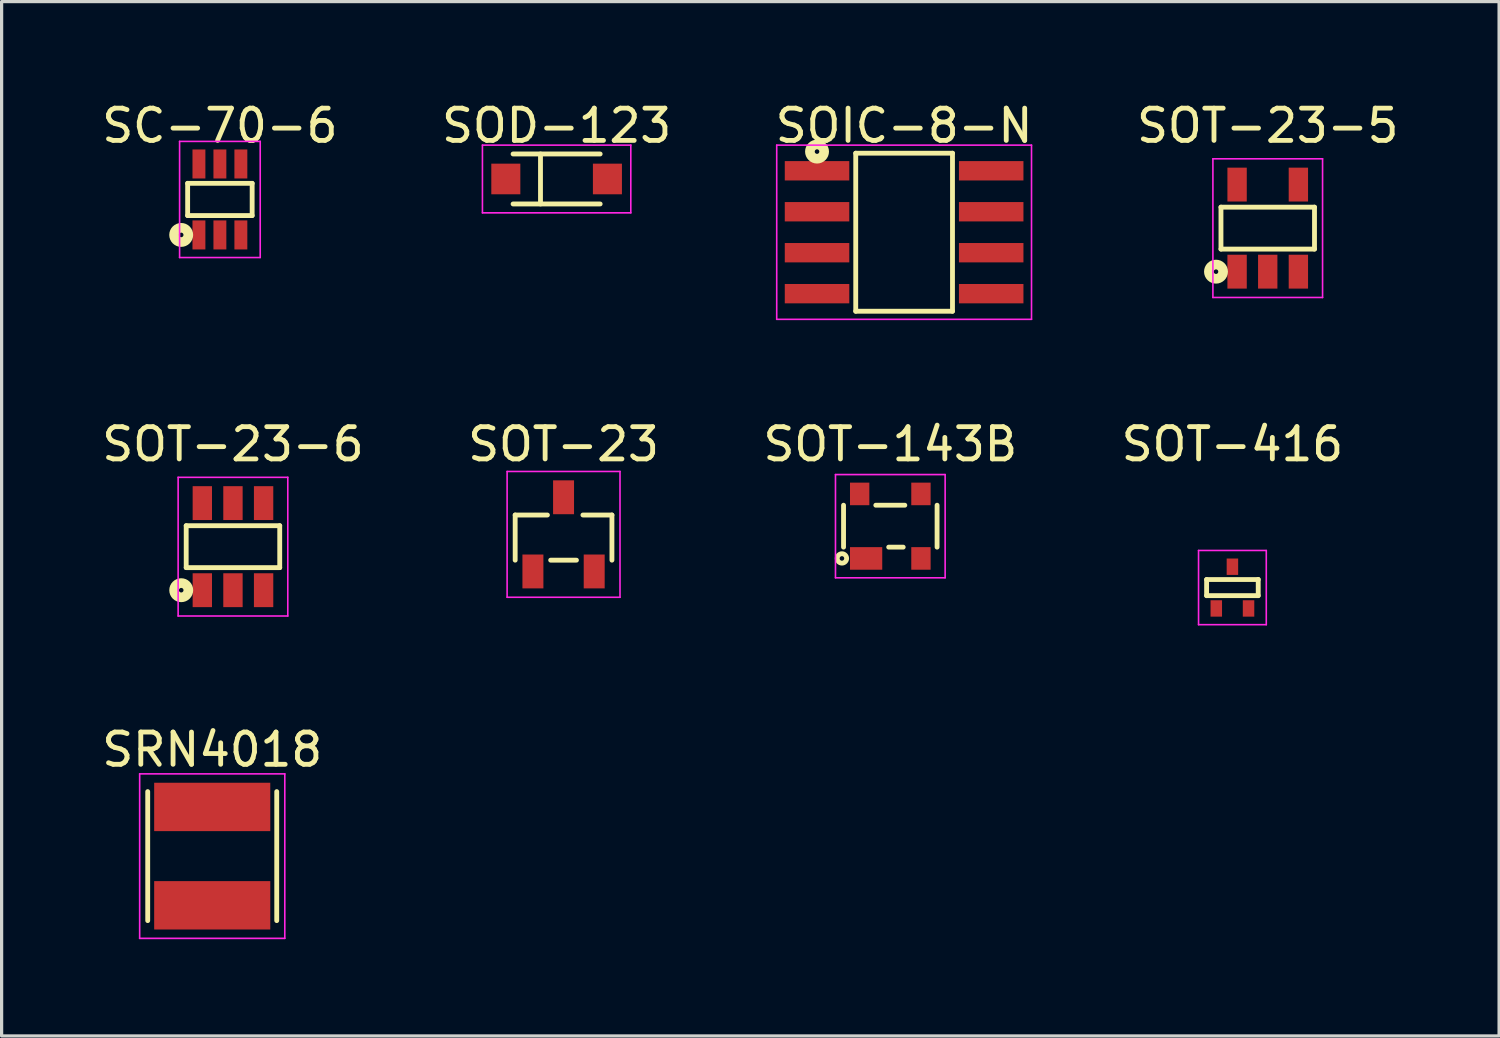
<source format=kicad_pcb>
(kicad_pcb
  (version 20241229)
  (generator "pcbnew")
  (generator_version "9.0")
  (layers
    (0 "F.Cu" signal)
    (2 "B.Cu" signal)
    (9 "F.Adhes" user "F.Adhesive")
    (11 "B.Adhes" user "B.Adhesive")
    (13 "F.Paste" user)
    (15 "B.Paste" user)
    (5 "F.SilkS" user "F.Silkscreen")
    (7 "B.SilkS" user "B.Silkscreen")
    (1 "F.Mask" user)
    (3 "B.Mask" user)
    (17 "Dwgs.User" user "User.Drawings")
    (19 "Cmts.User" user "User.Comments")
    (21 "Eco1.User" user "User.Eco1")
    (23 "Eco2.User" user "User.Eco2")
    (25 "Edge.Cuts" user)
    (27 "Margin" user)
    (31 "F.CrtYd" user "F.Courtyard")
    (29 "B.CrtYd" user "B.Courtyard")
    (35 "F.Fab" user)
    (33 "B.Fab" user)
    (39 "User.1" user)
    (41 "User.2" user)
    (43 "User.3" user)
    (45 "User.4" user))
  (footprint "SOIC-8-N"
    (layer "F.Cu")
    (at 24.982 4.15)
    (property "Reference" "SOIC-8-N" (at 0 -3.302 0) (layer "F.SilkS") (effects (font (size 1 1) (thickness 0.15))))
    (attr smd)
    (fp_line (start -1.5 -2.45) (end -1.5 2.45) (stroke (width 0.15) (type solid)) (layer "F.SilkS"))
    (fp_line (start -1.5 2.45) (end 1.5 2.45) (stroke (width 0.15) (type solid)) (layer "F.SilkS"))
    (fp_line (start 1.5 -2.45) (end -1.5 -2.45) (stroke (width 0.15) (type solid)) (layer "F.SilkS"))
    (fp_line (start 1.5 2.45) (end 1.5 -2.45) (stroke (width 0.15) (type solid)) (layer "F.SilkS"))
    (fp_circle (center -2.7 -2.5) (end -2.75 -2.55) (stroke (width 0.3) (type solid)) (fill no) (layer "F.SilkS"))
    (fp_line (start -3.95 -2.7) (end 3.95 -2.7) (stroke (width 0.05) (type solid)) (layer "F.CrtYd"))
    (fp_line (start -3.95 2.7) (end -3.95 -2.7) (stroke (width 0.05) (type solid)) (layer "F.CrtYd"))
    (fp_line (start 3.95 -2.7) (end 3.95 2.7) (stroke (width 0.05) (type solid)) (layer "F.CrtYd"))
    (fp_line (start 3.95 2.7) (end -3.95 2.7) (stroke (width 0.05) (type solid)) (layer "F.CrtYd"))
    (pad "1" smd rect (at -2.7 -1.905) (size 2 0.6) (layers "F.Cu" "F.Mask" "F.Paste"))
    (pad "2" smd rect (at -2.7 -0.635) (size 2 0.6) (layers "F.Cu" "F.Mask" "F.Paste"))
    (pad "3" smd rect (at -2.7 0.635) (size 2 0.6) (layers "F.Cu" "F.Mask" "F.Paste"))
    (pad "4" smd rect (at -2.7 1.905) (size 2 0.6) (layers "F.Cu" "F.Mask" "F.Paste"))
    (pad "5" smd rect (at 2.7 1.905) (size 2 0.6) (layers "F.Cu" "F.Mask" "F.Paste"))
    (pad "6" smd rect (at 2.7 0.635) (size 2 0.6) (layers "F.Cu" "F.Mask" "F.Paste"))
    (pad "7" smd rect (at 2.7 -0.635) (size 2 0.6) (layers "F.Cu" "F.Mask" "F.Paste"))
    (pad "8" smd rect (at 2.7 -1.905) (size 2 0.6) (layers "F.Cu" "F.Mask" "F.Paste")))
  (footprint "SOT-23-5"
    (layer "F.Cu")
    (at 36.256 4.023)
    (property "Reference" "SOT-23-5" (at 0 -3.175 0) (layer "F.SilkS") (effects (font (size 1 1) (thickness 0.15))))
    (attr through_hole)
    (fp_line (start -1.45 -0.65) (end 1.45 -0.65) (stroke (width 0.15) (type solid)) (layer "F.SilkS"))
    (fp_line (start -1.45 0.65) (end -1.45 -0.65) (stroke (width 0.15) (type solid)) (layer "F.SilkS"))
    (fp_line (start 1.45 -0.65) (end 1.45 0.65) (stroke (width 0.15) (type solid)) (layer "F.SilkS"))
    (fp_line (start 1.45 0.65) (end -1.45 0.65) (stroke (width 0.15) (type solid)) (layer "F.SilkS"))
    (fp_circle (center -1.604 1.35) (end -1.654 1.4) (stroke (width 0.3) (type solid)) (fill no) (layer "F.SilkS"))
    (fp_line (start -1.7 -2.15) (end -1.7 2.15) (stroke (width 0.05) (type solid)) (layer "F.CrtYd"))
    (fp_line (start -1.7 2.15) (end 1.7 2.15) (stroke (width 0.05) (type solid)) (layer "F.CrtYd"))
    (fp_line (start 1.7 -2.15) (end -1.7 -2.15) (stroke (width 0.05) (type solid)) (layer "F.CrtYd"))
    (fp_line (start 1.7 2.15) (end 1.7 -2.15) (stroke (width 0.05) (type solid)) (layer "F.CrtYd"))
    (pad "1" smd rect (at -0.95 1.35) (size 0.6 1.05) (layers "F.Cu" "F.Mask" "F.Paste"))
    (pad "2" smd rect (at 0 1.35) (size 0.6 1.05) (layers "F.Cu" "F.Mask" "F.Paste"))
    (pad "3" smd rect (at 0.95 1.35) (size 0.6 1.05) (layers "F.Cu" "F.Mask" "F.Paste"))
    (pad "4" smd rect (at 0.95 -1.35) (size 0.6 1.05) (layers "F.Cu" "F.Mask" "F.Paste"))
    (pad "5" smd rect (at -0.95 -1.35) (size 0.6 1.05) (layers "F.Cu" "F.Mask" "F.Paste")))
  (footprint "SOD-123"
    (layer "F.Cu")
    (at 14.208 2.499)
    (property "Reference" "SOD-123" (at 0 -1.651 0) (layer "F.SilkS") (effects (font (size 1 1) (thickness 0.15))))
    (attr smd)
    (fp_line (start -1.35 -0.775) (end 1.35 -0.775) (stroke (width 0.15) (type solid)) (layer "F.SilkS"))
    (fp_line (start -1.35 0.775) (end 1.35 0.775) (stroke (width 0.15) (type solid)) (layer "F.SilkS"))
    (fp_line (start -0.5 -0.775) (end -0.5 0.775) (stroke (width 0.15) (type solid)) (layer "F.SilkS"))
    (fp_line (start -2.3 -1.05) (end -2.3 1.05) (stroke (width 0.05) (type solid)) (layer "F.CrtYd"))
    (fp_line (start -2.3 1.05) (end 2.3 1.05) (stroke (width 0.05) (type solid)) (layer "F.CrtYd"))
    (fp_line (start 2.3 -1.05) (end -2.3 -1.05) (stroke (width 0.05) (type solid)) (layer "F.CrtYd"))
    (fp_line (start 2.3 1.05) (end 2.3 -1.05) (stroke (width 0.05) (type solid)) (layer "F.CrtYd"))
    (pad "1" smd rect (at -1.575 0) (size 0.9 0.95) (layers "F.Cu" "F.Mask" "F.Paste"))
    (pad "2" smd rect (at 1.575 0) (size 0.9 0.95) (layers "F.Cu" "F.Mask" "F.Paste")))
  (footprint "SOT-23-6"
    (layer "F.Cu")
    (at 4.173 13.899)
    (property "Reference" "SOT-23-6" (at 0 -3.175 0) (layer "F.SilkS") (effects (font (size 1 1) (thickness 0.15))))
    (attr through_hole)
    (fp_line (start -1.45 -0.65) (end 1.45 -0.65) (stroke (width 0.15) (type solid)) (layer "F.SilkS"))
    (fp_line (start -1.45 0.65) (end -1.45 -0.65) (stroke (width 0.15) (type solid)) (layer "F.SilkS"))
    (fp_line (start 1.45 -0.65) (end 1.45 0.65) (stroke (width 0.15) (type solid)) (layer "F.SilkS"))
    (fp_line (start 1.45 0.65) (end -1.45 0.65) (stroke (width 0.15) (type solid)) (layer "F.SilkS"))
    (fp_circle (center -1.604 1.35) (end -1.654 1.4) (stroke (width 0.3) (type solid)) (fill no) (layer "F.SilkS"))
    (fp_line (start -1.7 -2.15) (end -1.7 2.15) (stroke (width 0.05) (type solid)) (layer "F.CrtYd"))
    (fp_line (start -1.7 2.15) (end 1.7 2.15) (stroke (width 0.05) (type solid)) (layer "F.CrtYd"))
    (fp_line (start 1.7 -2.15) (end -1.7 -2.15) (stroke (width 0.05) (type solid)) (layer "F.CrtYd"))
    (fp_line (start 1.7 2.15) (end 1.7 -2.15) (stroke (width 0.05) (type solid)) (layer "F.CrtYd"))
    (pad "1" smd rect (at -0.95 1.35) (size 0.6 1.05) (layers "F.Cu" "F.Mask" "F.Paste"))
    (pad "2" smd rect (at 0 1.35) (size 0.6 1.05) (layers "F.Cu" "F.Mask" "F.Paste"))
    (pad "3" smd rect (at 0.95 1.35) (size 0.6 1.05) (layers "F.Cu" "F.Mask" "F.Paste"))
    (pad "4" smd rect (at 0.95 -1.35) (size 0.6 1.05) (layers "F.Cu" "F.Mask" "F.Paste"))
    (pad "5" smd rect (at 0 -1.35) (size 0.6 1.05) (layers "F.Cu" "F.Mask" "F.Paste"))
    (pad "6" smd rect (at -0.95 -1.35) (size 0.6 1.05) (layers "F.Cu" "F.Mask" "F.Paste")))
  (footprint "SOT-143B"
    (layer "F.Cu")
    (at 24.554 13.264)
    (property "Reference" "SOT-143B" (at 0 -2.54 0) (layer "F.SilkS") (effects (font (size 1 1) (thickness 0.15))))
    (attr through_hole)
    (fp_line (start -1.45 -0.65) (end -1.45 0.65) (stroke (width 0.15) (type solid)) (layer "F.SilkS"))
    (fp_line (start -0.45 -0.65) (end 0.45 -0.65) (stroke (width 0.15) (type solid)) (layer "F.SilkS"))
    (fp_line (start -0.05 0.65) (end 0.4 0.65) (stroke (width 0.15) (type solid)) (layer "F.SilkS"))
    (fp_line (start 1.45 -0.65) (end 1.45 0.65) (stroke (width 0.15) (type solid)) (layer "F.SilkS"))
    (fp_circle (center -1.5 1) (end -1.55 1.05) (stroke (width 0.15) (type solid)) (fill no) (layer "F.SilkS"))
    (fp_line (start -1.7 -1.6) (end -1.7 1.6) (stroke (width 0.05) (type solid)) (layer "F.CrtYd"))
    (fp_line (start -1.7 1.6) (end 1.7 1.6) (stroke (width 0.05) (type solid)) (layer "F.CrtYd"))
    (fp_line (start 1.7 -1.6) (end -1.7 -1.6) (stroke (width 0.05) (type solid)) (layer "F.CrtYd"))
    (fp_line (start 1.7 1.6) (end 1.7 -1.6) (stroke (width 0.05) (type solid)) (layer "F.CrtYd"))
    (pad "1" smd rect (at -0.75 1) (size 1 0.7) (layers "F.Cu" "F.Mask" "F.Paste"))
    (pad "2" smd rect (at 0.95 1) (size 0.6 0.7) (layers "F.Cu" "F.Mask" "F.Paste"))
    (pad "3" smd rect (at 0.95 -1) (size 0.6 0.7) (layers "F.Cu" "F.Mask" "F.Paste"))
    (pad "4" smd rect (at -0.95 -1) (size 0.6 0.7) (layers "F.Cu" "F.Mask" "F.Paste")))
  (footprint "SC-70-6"
    (layer "F.Cu")
    (at 3.768 3.134)
    (property "Reference" "SC-70-6" (at 0 -2.286 0) (layer "F.SilkS") (effects (font (size 1 1) (thickness 0.15))))
    (attr through_hole)
    (fp_line (start -1 -0.5) (end -1 0.5) (stroke (width 0.15) (type solid)) (layer "F.SilkS"))
    (fp_line (start -1 0.5) (end 1 0.5) (stroke (width 0.15) (type solid)) (layer "F.SilkS"))
    (fp_line (start 1 -0.5) (end -1 -0.5) (stroke (width 0.15) (type solid)) (layer "F.SilkS"))
    (fp_line (start 1 0.5) (end 1 -0.5) (stroke (width 0.15) (type solid)) (layer "F.SilkS"))
    (fp_circle (center -1.2 1.1) (end -1.25 1.15) (stroke (width 0.3) (type solid)) (fill no) (layer "F.SilkS"))
    (fp_line (start -1.25 -1.8) (end -1.25 1.8) (stroke (width 0.05) (type solid)) (layer "F.CrtYd"))
    (fp_line (start -1.25 1.8) (end 1.25 1.8) (stroke (width 0.05) (type solid)) (layer "F.CrtYd"))
    (fp_line (start 1.25 -1.8) (end -1.25 -1.8) (stroke (width 0.05) (type solid)) (layer "F.CrtYd"))
    (fp_line (start 1.25 1.8) (end 1.25 -1.8) (stroke (width 0.05) (type solid)) (layer "F.CrtYd"))
    (pad "1" smd rect (at -0.65 1.1) (size 0.4 0.9) (layers "F.Cu" "F.Mask" "F.Paste"))
    (pad "2" smd rect (at 0 1.1) (size 0.4 0.9) (layers "F.Cu" "F.Mask" "F.Paste"))
    (pad "3" smd rect (at 0.65 1.1) (size 0.4 0.9) (layers "F.Cu" "F.Mask" "F.Paste"))
    (pad "4" smd rect (at 0.65 -1.1) (size 0.4 0.9) (layers "F.Cu" "F.Mask" "F.Paste"))
    (pad "5" smd rect (at 0 -1.1) (size 0.4 0.9) (layers "F.Cu" "F.Mask" "F.Paste"))
    (pad "6" smd rect (at -0.65 -1.1) (size 0.4 0.9) (layers "F.Cu" "F.Mask" "F.Paste")))
  (footprint "SRN4018"
    (layer "F.Cu")
    (at 3.53 23.494)
    (property "Reference" "SRN4018" (at 0 -3.302 0) (layer "F.SilkS") (effects (font (size 1 1) (thickness 0.15))))
    (attr through_hole)
    (fp_line (start -2 -2) (end -2 2) (stroke (width 0.15) (type solid)) (layer "F.SilkS"))
    (fp_line (start 2 -2) (end 2 2) (stroke (width 0.15) (type solid)) (layer "F.SilkS"))
    (fp_line (start -2.25 -2.55) (end -2.25 2.55) (stroke (width 0.05) (type solid)) (layer "F.CrtYd"))
    (fp_line (start -2.25 2.55) (end 2.25 2.55) (stroke (width 0.05) (type solid)) (layer "F.CrtYd"))
    (fp_line (start 2.25 -2.55) (end -2.25 -2.55) (stroke (width 0.05) (type solid)) (layer "F.CrtYd"))
    (fp_line (start 2.25 2.55) (end 2.25 -2.55) (stroke (width 0.05) (type solid)) (layer "F.CrtYd"))
    (pad "1" smd rect (at 0 -1.525 90) (size 1.5 3.6) (layers "F.Cu" "F.Mask" "F.Paste"))
    (pad "2" smd rect (at 0 1.525 90) (size 1.5 3.6) (layers "F.Cu" "F.Mask" "F.Paste")))
  (footprint "SOT-416"
    (layer "F.Cu")
    (at 35.161 15.168)
    (property "Reference" "SOT-416" (at 0 -4.445 0) (layer "F.SilkS") (effects (font (size 1 1) (thickness 0.15))))
    (attr through_hole)
    (fp_line (start -0.8 -0.25) (end -0.8 0.25) (stroke (width 0.15) (type solid)) (layer "F.SilkS"))
    (fp_line (start -0.8 0.25) (end 0.8 0.25) (stroke (width 0.15) (type solid)) (layer "F.SilkS"))
    (fp_line (start 0.8 -0.25) (end -0.8 -0.25) (stroke (width 0.15) (type solid)) (layer "F.SilkS"))
    (fp_line (start 0.8 0.25) (end 0.8 -0.254) (stroke (width 0.15) (type solid)) (layer "F.SilkS"))
    (fp_line (start -1.05 -1.15) (end -1.05 1.15) (stroke (width 0.05) (type solid)) (layer "F.CrtYd"))
    (fp_line (start -1.05 1.15) (end 1.05 1.15) (stroke (width 0.05) (type solid)) (layer "F.CrtYd"))
    (fp_line (start 1.05 -1.15) (end -1.05 -1.15) (stroke (width 0.05) (type solid)) (layer "F.CrtYd"))
    (fp_line (start 1.05 1.15) (end 1.05 -1.15) (stroke (width 0.05) (type solid)) (layer "F.CrtYd"))
    (pad "1" smd rect (at -0.5 0.647) (size 0.356 0.508) (layers "F.Cu" "F.Mask" "F.Paste"))
    (pad "2" smd rect (at 0.5 0.647) (size 0.356 0.508) (layers "F.Cu" "F.Mask" "F.Paste"))
    (pad "3" smd rect (at 0 -0.647) (size 0.356 0.508) (layers "F.Cu" "F.Mask" "F.Paste")))
  (footprint "SOT-23"
    (layer "F.Cu")
    (at 14.423 13.518)
    (property "Reference" "SOT-23" (at 0 -2.794 0) (layer "F.SilkS") (effects (font (size 1 1) (thickness 0.15))))
    (attr smd)
    (fp_line (start -1.5 -0.6) (end -0.5 -0.6) (stroke (width 0.15) (type solid)) (layer "F.SilkS"))
    (fp_line (start -1.5 0.8) (end -1.5 -0.6) (stroke (width 0.15) (type solid)) (layer "F.SilkS"))
    (fp_line (start -0.4 0.8) (end 0.4 0.8) (stroke (width 0.15) (type solid)) (layer "F.SilkS"))
    (fp_line (start 0.6 -0.6) (end 1.5 -0.6) (stroke (width 0.15) (type solid)) (layer "F.SilkS"))
    (fp_line (start 1.5 0.8) (end 1.5 -0.6) (stroke (width 0.15) (type solid)) (layer "F.SilkS"))
    (fp_line (start -1.75 -1.95) (end -1.75 1.95) (stroke (width 0.05) (type solid)) (layer "F.CrtYd"))
    (fp_line (start -1.75 1.95) (end 1.75 1.95) (stroke (width 0.05) (type solid)) (layer "F.CrtYd"))
    (fp_line (start 1.75 -1.95) (end -1.75 -1.95) (stroke (width 0.05) (type solid)) (layer "F.CrtYd"))
    (fp_line (start 1.75 1.95) (end 1.75 -1.95) (stroke (width 0.05) (type solid)) (layer "F.CrtYd"))
    (pad "1" smd rect (at -0.95 1.15) (size 0.65 1.05) (layers "F.Cu" "F.Mask" "F.Paste"))
    (pad "2" smd rect (at 0.95 1.15) (size 0.65 1.05) (layers "F.Cu" "F.Mask" "F.Paste"))
    (pad "3" smd rect (at 0 -1.15) (size 0.65 1.05) (layers "F.Cu" "F.Mask" "F.Paste")))
  (gr_rect
    (start -3 -3)
    (end 43.429 29.069)
    (stroke (width 0.1) (type default))
    (fill no)
    (layer "Edge.Cuts")))
</source>
